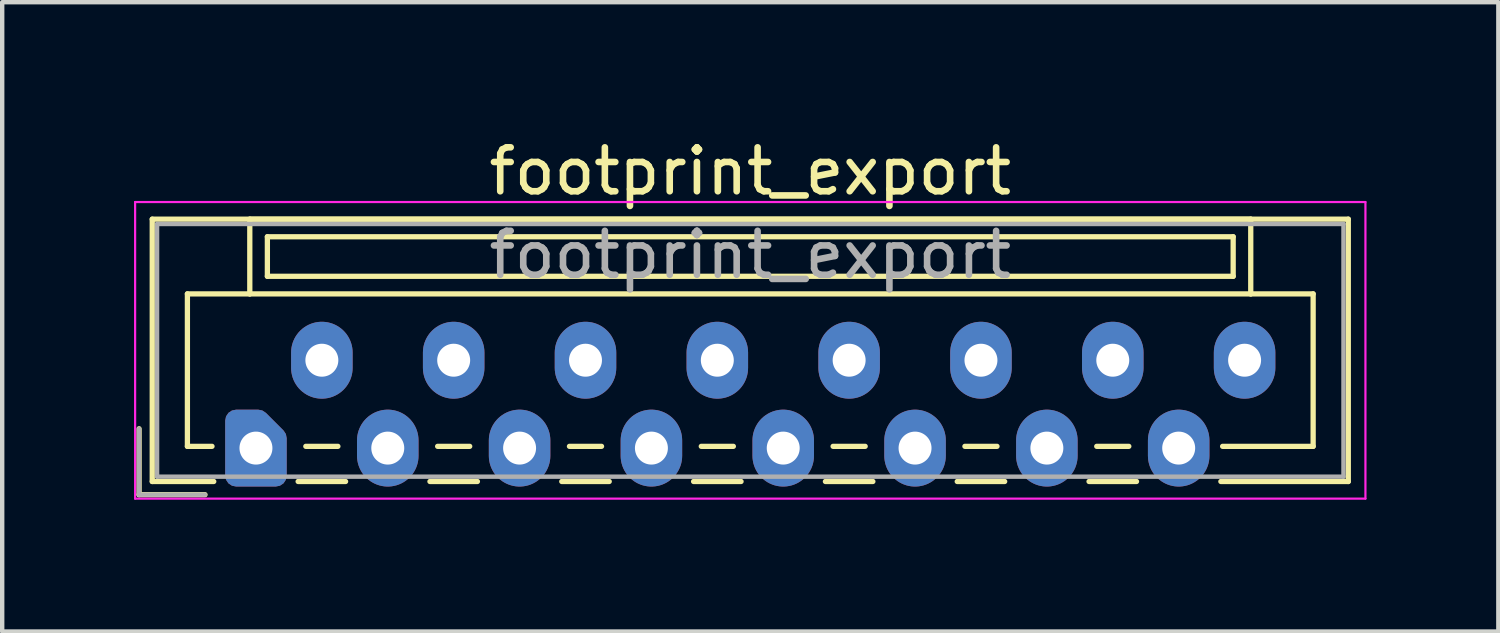
<source format=kicad_pcb>
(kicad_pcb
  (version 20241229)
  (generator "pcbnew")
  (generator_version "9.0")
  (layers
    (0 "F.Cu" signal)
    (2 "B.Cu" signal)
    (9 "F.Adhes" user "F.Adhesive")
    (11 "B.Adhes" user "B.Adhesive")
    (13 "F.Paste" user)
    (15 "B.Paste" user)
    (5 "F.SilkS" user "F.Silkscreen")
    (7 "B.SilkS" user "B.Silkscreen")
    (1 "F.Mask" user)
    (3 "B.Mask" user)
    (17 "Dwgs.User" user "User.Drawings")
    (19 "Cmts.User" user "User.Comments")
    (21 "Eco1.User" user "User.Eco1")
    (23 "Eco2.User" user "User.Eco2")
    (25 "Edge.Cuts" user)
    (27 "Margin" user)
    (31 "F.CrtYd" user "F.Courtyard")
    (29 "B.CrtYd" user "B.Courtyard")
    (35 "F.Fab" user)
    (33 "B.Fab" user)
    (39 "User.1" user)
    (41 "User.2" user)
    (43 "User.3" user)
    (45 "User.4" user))
  (footprint "footprint_export"
    (layer "F.Cu")
    (at 2.775 7.148)
    (property "Reference" "footprint_export" (at 11.25 -6.3 0) (layer "F.SilkS") (effects (font (size 1 1) (thickness 0.15))))
    (attr through_hole)
    (fp_line (start -2.66 -0.44) (end -2.66 1.06) (stroke (width 0.12) (type solid)) (layer "F.SilkS"))
    (fp_line (start -2.66 1.06) (end -1.16 1.06) (stroke (width 0.12) (type solid)) (layer "F.SilkS"))
    (fp_line (start -2.36 -5.21) (end 24.86 -5.21) (stroke (width 0.12) (type solid)) (layer "F.SilkS"))
    (fp_line (start -2.36 0.76) (end -2.36 -5.21) (stroke (width 0.12) (type solid)) (layer "F.SilkS"))
    (fp_line (start -1.56 -3.51) (end -1.56 -0.04) (stroke (width 0.12) (type solid)) (layer "F.SilkS"))
    (fp_line (start -1.56 -0.04) (end -1 -0.04) (stroke (width 0.12) (type solid)) (layer "F.SilkS"))
    (fp_line (start -0.96 0.76) (end -2.36 0.76) (stroke (width 0.12) (type solid)) (layer "F.SilkS"))
    (fp_line (start -0.14 -5.21) (end -0.14 -3.51) (stroke (width 0.12) (type solid)) (layer "F.SilkS"))
    (fp_line (start -0.14 -3.51) (end -1.56 -3.51) (stroke (width 0.12) (type solid)) (layer "F.SilkS"))
    (fp_line (start -0.14 -3.51) (end 22.64 -3.51) (stroke (width 0.12) (type solid)) (layer "F.SilkS"))
    (fp_line (start 0.26 -4.81) (end 0.26 -3.91) (stroke (width 0.12) (type solid)) (layer "F.SilkS"))
    (fp_line (start 0.26 -3.91) (end 22.24 -3.91) (stroke (width 0.12) (type solid)) (layer "F.SilkS"))
    (fp_line (start 0.96 0.76) (end 2.04 0.76) (stroke (width 0.12) (type solid)) (layer "F.SilkS"))
    (fp_line (start 1.135 -0.04) (end 1.865 -0.04) (stroke (width 0.12) (type solid)) (layer "F.SilkS"))
    (fp_line (start 3.96 0.76) (end 5.04 0.76) (stroke (width 0.12) (type solid)) (layer "F.SilkS"))
    (fp_line (start 4.135 -0.04) (end 4.865 -0.04) (stroke (width 0.12) (type solid)) (layer "F.SilkS"))
    (fp_line (start 6.96 0.76) (end 8.04 0.76) (stroke (width 0.12) (type solid)) (layer "F.SilkS"))
    (fp_line (start 7.135 -0.04) (end 7.865 -0.04) (stroke (width 0.12) (type solid)) (layer "F.SilkS"))
    (fp_line (start 9.96 0.76) (end 11.04 0.76) (stroke (width 0.12) (type solid)) (layer "F.SilkS"))
    (fp_line (start 10.135 -0.04) (end 10.865 -0.04) (stroke (width 0.12) (type solid)) (layer "F.SilkS"))
    (fp_line (start 12.96 0.76) (end 14.04 0.76) (stroke (width 0.12) (type solid)) (layer "F.SilkS"))
    (fp_line (start 13.135 -0.04) (end 13.865 -0.04) (stroke (width 0.12) (type solid)) (layer "F.SilkS"))
    (fp_line (start 15.96 0.76) (end 17.04 0.76) (stroke (width 0.12) (type solid)) (layer "F.SilkS"))
    (fp_line (start 16.135 -0.04) (end 16.865 -0.04) (stroke (width 0.12) (type solid)) (layer "F.SilkS"))
    (fp_line (start 18.96 0.76) (end 20.04 0.76) (stroke (width 0.12) (type solid)) (layer "F.SilkS"))
    (fp_line (start 19.135 -0.04) (end 19.865 -0.04) (stroke (width 0.12) (type solid)) (layer "F.SilkS"))
    (fp_line (start 22.24 -4.81) (end 0.26 -4.81) (stroke (width 0.12) (type solid)) (layer "F.SilkS"))
    (fp_line (start 22.24 -3.91) (end 22.24 -4.81) (stroke (width 0.12) (type solid)) (layer "F.SilkS"))
    (fp_line (start 22.64 -5.21) (end -0.14 -5.21) (stroke (width 0.12) (type solid)) (layer "F.SilkS"))
    (fp_line (start 22.64 -3.51) (end 22.64 -5.21) (stroke (width 0.12) (type solid)) (layer "F.SilkS"))
    (fp_line (start 22.64 -3.51) (end 24.06 -3.51) (stroke (width 0.12) (type solid)) (layer "F.SilkS"))
    (fp_line (start 24.06 -3.51) (end 24.06 -0.04) (stroke (width 0.12) (type solid)) (layer "F.SilkS"))
    (fp_line (start 24.06 -0.04) (end 22 -0.04) (stroke (width 0.12) (type solid)) (layer "F.SilkS"))
    (fp_line (start 24.86 -5.21) (end 24.86 0.76) (stroke (width 0.12) (type solid)) (layer "F.SilkS"))
    (fp_line (start 24.86 0.76) (end 21.96 0.76) (stroke (width 0.12) (type solid)) (layer "F.SilkS"))
    (fp_line (start -2.75 -5.6) (end -2.75 1.15) (stroke (width 0.05) (type solid)) (layer "F.CrtYd"))
    (fp_line (start -2.75 1.15) (end 25.25 1.15) (stroke (width 0.05) (type solid)) (layer "F.CrtYd"))
    (fp_line (start 25.25 -5.6) (end -2.75 -5.6) (stroke (width 0.05) (type solid)) (layer "F.CrtYd"))
    (fp_line (start 25.25 1.15) (end 25.25 -5.6) (stroke (width 0.05) (type solid)) (layer "F.CrtYd"))
    (fp_line (start -2.66 -0.44) (end -2.66 1.06) (stroke (width 0.1) (type solid)) (layer "F.Fab"))
    (fp_line (start -2.66 1.06) (end -1.16 1.06) (stroke (width 0.1) (type solid)) (layer "F.Fab"))
    (fp_line (start -2.25 -5.1) (end -2.25 0.65) (stroke (width 0.1) (type solid)) (layer "F.Fab"))
    (fp_line (start -2.25 0.65) (end 24.75 0.65) (stroke (width 0.1) (type solid)) (layer "F.Fab"))
    (fp_line (start 24.75 -5.1) (end -2.25 -5.1) (stroke (width 0.1) (type solid)) (layer "F.Fab"))
    (fp_line (start 24.75 0.65) (end 24.75 -5.1) (stroke (width 0.1) (type solid)) (layer "F.Fab"))
    (fp_text user "${REFERENCE}" (at 11.25 -4.4 0) (layer "F.Fab") (effects (font (size 1 1) (thickness 0.15))))
    (pad "1" thru_hole custom (at 0 0) (size 1.117 1.117) (drill 0.75) (layers "*.Cu" "*.Mask") (options (anchor circle)) (primitives (gr_poly (pts (xy 0.45 -0.225) (xy 0.45 0.625) (xy -0.45 0.625) (xy -0.45 -0.625) (xy 0.05 -0.625)) (width 0.5) (fill yes))))
    (pad "2" thru_hole oval (at 1.5 -2) (size 1.4 1.75) (drill 0.75) (layers "*.Cu" "*.Mask"))
    (pad "3" thru_hole oval (at 3 0) (size 1.4 1.75) (drill 0.75) (layers "*.Cu" "*.Mask"))
    (pad "4" thru_hole oval (at 4.5 -2) (size 1.4 1.75) (drill 0.75) (layers "*.Cu" "*.Mask"))
    (pad "5" thru_hole oval (at 6 0) (size 1.4 1.75) (drill 0.75) (layers "*.Cu" "*.Mask"))
    (pad "6" thru_hole oval (at 7.5 -2) (size 1.4 1.75) (drill 0.75) (layers "*.Cu" "*.Mask"))
    (pad "7" thru_hole oval (at 9 0) (size 1.4 1.75) (drill 0.75) (layers "*.Cu" "*.Mask"))
    (pad "8" thru_hole oval (at 10.5 -2) (size 1.4 1.75) (drill 0.75) (layers "*.Cu" "*.Mask"))
    (pad "9" thru_hole oval (at 12 0) (size 1.4 1.75) (drill 0.75) (layers "*.Cu" "*.Mask"))
    (pad "10" thru_hole oval (at 13.5 -2) (size 1.4 1.75) (drill 0.75) (layers "*.Cu" "*.Mask"))
    (pad "11" thru_hole oval (at 15 0) (size 1.4 1.75) (drill 0.75) (layers "*.Cu" "*.Mask"))
    (pad "12" thru_hole oval (at 16.5 -2) (size 1.4 1.75) (drill 0.75) (layers "*.Cu" "*.Mask"))
    (pad "13" thru_hole oval (at 18 0) (size 1.4 1.75) (drill 0.75) (layers "*.Cu" "*.Mask"))
    (pad "14" thru_hole oval (at 19.5 -2) (size 1.4 1.75) (drill 0.75) (layers "*.Cu" "*.Mask"))
    (pad "15" thru_hole oval (at 21 0) (size 1.4 1.75) (drill 0.75) (layers "*.Cu" "*.Mask"))
    (pad "16" thru_hole oval (at 22.5 -2) (size 1.4 1.75) (drill 0.75) (layers "*.Cu" "*.Mask")))
  (gr_rect
    (start -3 -3)
    (end 31.05 11.323)
    (stroke (width 0.1) (type default))
    (fill no)
    (layer "Edge.Cuts")))
</source>
